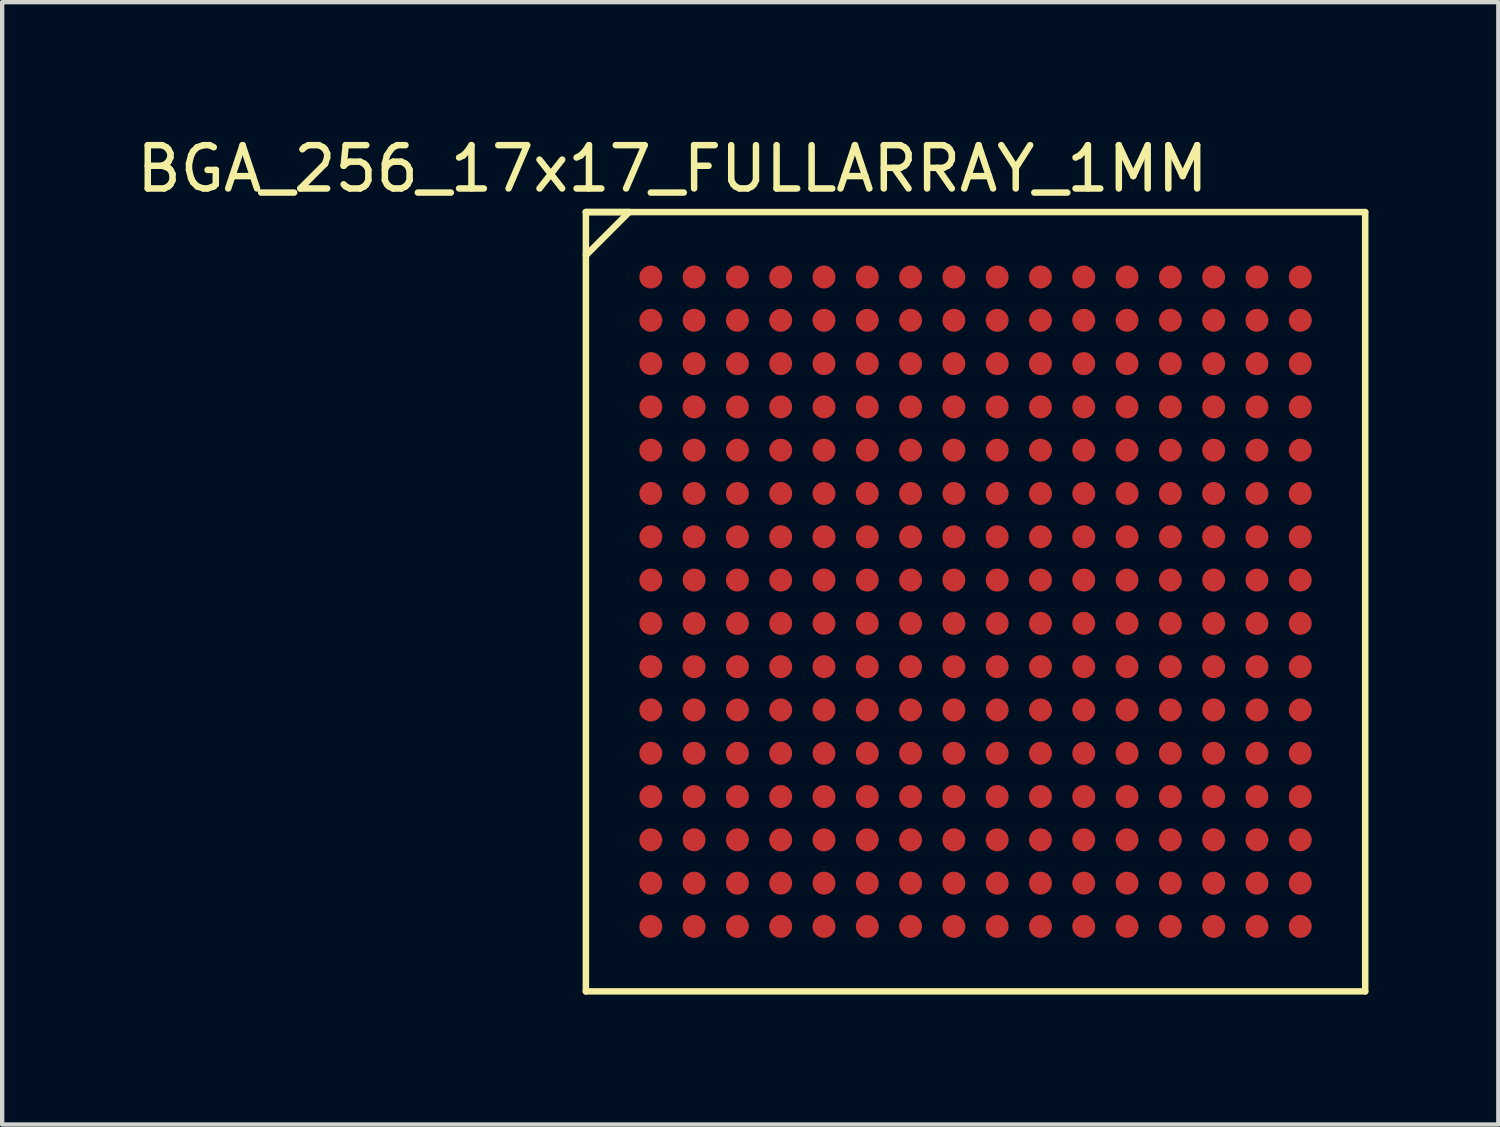
<source format=kicad_pcb>
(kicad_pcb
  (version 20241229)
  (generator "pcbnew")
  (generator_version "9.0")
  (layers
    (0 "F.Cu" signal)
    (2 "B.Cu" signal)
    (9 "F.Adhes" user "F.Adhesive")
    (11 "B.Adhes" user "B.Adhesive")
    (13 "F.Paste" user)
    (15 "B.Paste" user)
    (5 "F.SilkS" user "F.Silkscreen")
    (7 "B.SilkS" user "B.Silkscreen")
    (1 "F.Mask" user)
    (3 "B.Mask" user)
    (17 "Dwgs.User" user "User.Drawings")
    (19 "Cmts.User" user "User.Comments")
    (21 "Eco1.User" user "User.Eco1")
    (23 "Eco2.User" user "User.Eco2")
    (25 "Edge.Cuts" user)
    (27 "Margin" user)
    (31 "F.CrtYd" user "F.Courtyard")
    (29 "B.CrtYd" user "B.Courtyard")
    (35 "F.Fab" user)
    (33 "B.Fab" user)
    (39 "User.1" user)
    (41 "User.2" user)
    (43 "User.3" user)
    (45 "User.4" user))
  (footprint "BGA_256_17x17_FULLARRAY_1MM"
    (layer "F.Cu")
    (at 19.482 10.848)
    (property "Reference" "BGA_256_17x17_FULLARRAY_1MM" (at -7 -10 0) (layer "F.SilkS") (effects (font (size 1 1) (thickness 0.15))))
    (attr through_hole)
    (fp_line (start -9 -9) (end -9 9) (stroke (width 0.15) (type solid)) (layer "F.SilkS"))
    (fp_line (start -9 -9) (end -8 -9) (stroke (width 0.15) (type solid)) (layer "F.SilkS"))
    (fp_line (start -9 9) (end 9 9) (stroke (width 0.15) (type solid)) (layer "F.SilkS"))
    (fp_line (start -8 -9) (end -9 -8) (stroke (width 0.15) (type solid)) (layer "F.SilkS"))
    (fp_line (start 9 -9) (end -9 -9) (stroke (width 0.15) (type solid)) (layer "F.SilkS"))
    (fp_line (start 9 9) (end 9 -9) (stroke (width 0.15) (type solid)) (layer "F.SilkS"))
    (pad "A1" smd circle (at -7.5 -7.5) (size 0.53 0.53) (layers "F.Cu" "F.Mask" "F.Paste"))
    (pad "A2" smd circle (at -6.5 -7.5) (size 0.53 0.53) (layers "F.Cu" "F.Mask" "F.Paste"))
    (pad "A3" smd circle (at -5.5 -7.5) (size 0.53 0.53) (layers "F.Cu" "F.Mask" "F.Paste"))
    (pad "A4" smd circle (at -4.5 -7.5) (size 0.53 0.53) (layers "F.Cu" "F.Mask" "F.Paste"))
    (pad "A5" smd circle (at -3.5 -7.5) (size 0.53 0.53) (layers "F.Cu" "F.Mask" "F.Paste"))
    (pad "A6" smd circle (at -2.5 -7.5) (size 0.53 0.53) (layers "F.Cu" "F.Mask" "F.Paste"))
    (pad "A7" smd circle (at -1.5 -7.5) (size 0.53 0.53) (layers "F.Cu" "F.Mask" "F.Paste"))
    (pad "A8" smd circle (at -0.5 -7.5) (size 0.53 0.53) (layers "F.Cu" "F.Mask" "F.Paste"))
    (pad "A9" smd circle (at 0.5 -7.5) (size 0.53 0.53) (layers "F.Cu" "F.Mask" "F.Paste"))
    (pad "A10" smd circle (at 1.5 -7.5) (size 0.53 0.53) (layers "F.Cu" "F.Mask" "F.Paste"))
    (pad "A11" smd circle (at 2.5 -7.5) (size 0.53 0.53) (layers "F.Cu" "F.Mask" "F.Paste"))
    (pad "A12" smd circle (at 3.5 -7.5) (size 0.53 0.53) (layers "F.Cu" "F.Mask" "F.Paste"))
    (pad "A13" smd circle (at 4.5 -7.5) (size 0.53 0.53) (layers "F.Cu" "F.Mask" "F.Paste"))
    (pad "A14" smd circle (at 5.5 -7.5) (size 0.53 0.53) (layers "F.Cu" "F.Mask" "F.Paste"))
    (pad "A15" smd circle (at 6.5 -7.5) (size 0.53 0.53) (layers "F.Cu" "F.Mask" "F.Paste"))
    (pad "A16" smd circle (at 7.5 -7.5) (size 0.53 0.53) (layers "F.Cu" "F.Mask" "F.Paste"))
    (pad "B1" smd circle (at -7.5 -6.5) (size 0.53 0.53) (layers "F.Cu" "F.Mask" "F.Paste"))
    (pad "B2" smd circle (at -6.5 -6.5) (size 0.53 0.53) (layers "F.Cu" "F.Mask" "F.Paste"))
    (pad "B3" smd circle (at -5.5 -6.5) (size 0.53 0.53) (layers "F.Cu" "F.Mask" "F.Paste"))
    (pad "B4" smd circle (at -4.5 -6.5) (size 0.53 0.53) (layers "F.Cu" "F.Mask" "F.Paste"))
    (pad "B5" smd circle (at -3.5 -6.5) (size 0.53 0.53) (layers "F.Cu" "F.Mask" "F.Paste"))
    (pad "B6" smd circle (at -2.5 -6.5) (size 0.53 0.53) (layers "F.Cu" "F.Mask" "F.Paste"))
    (pad "B7" smd circle (at -1.5 -6.5) (size 0.53 0.53) (layers "F.Cu" "F.Mask" "F.Paste"))
    (pad "B8" smd circle (at -0.5 -6.5) (size 0.53 0.53) (layers "F.Cu" "F.Mask" "F.Paste"))
    (pad "B9" smd circle (at 0.5 -6.5) (size 0.53 0.53) (layers "F.Cu" "F.Mask" "F.Paste"))
    (pad "B10" smd circle (at 1.5 -6.5) (size 0.53 0.53) (layers "F.Cu" "F.Mask" "F.Paste"))
    (pad "B11" smd circle (at 2.5 -6.5) (size 0.53 0.53) (layers "F.Cu" "F.Mask" "F.Paste"))
    (pad "B12" smd circle (at 3.5 -6.5) (size 0.53 0.53) (layers "F.Cu" "F.Mask" "F.Paste"))
    (pad "B13" smd circle (at 4.5 -6.5) (size 0.53 0.53) (layers "F.Cu" "F.Mask" "F.Paste"))
    (pad "B14" smd circle (at 5.5 -6.5) (size 0.53 0.53) (layers "F.Cu" "F.Mask" "F.Paste"))
    (pad "B15" smd circle (at 6.5 -6.5) (size 0.53 0.53) (layers "F.Cu" "F.Mask" "F.Paste"))
    (pad "B16" smd circle (at 7.5 -6.5) (size 0.53 0.53) (layers "F.Cu" "F.Mask" "F.Paste"))
    (pad "C1" smd circle (at -7.5 -5.5) (size 0.53 0.53) (layers "F.Cu" "F.Mask" "F.Paste"))
    (pad "C2" smd circle (at -6.5 -5.5) (size 0.53 0.53) (layers "F.Cu" "F.Mask" "F.Paste"))
    (pad "C3" smd circle (at -5.5 -5.5) (size 0.53 0.53) (layers "F.Cu" "F.Mask" "F.Paste"))
    (pad "C4" smd circle (at -4.5 -5.5) (size 0.53 0.53) (layers "F.Cu" "F.Mask" "F.Paste"))
    (pad "C5" smd circle (at -3.5 -5.5) (size 0.53 0.53) (layers "F.Cu" "F.Mask" "F.Paste"))
    (pad "C6" smd circle (at -2.5 -5.5) (size 0.53 0.53) (layers "F.Cu" "F.Mask" "F.Paste"))
    (pad "C7" smd circle (at -1.5 -5.5) (size 0.53 0.53) (layers "F.Cu" "F.Mask" "F.Paste"))
    (pad "C8" smd circle (at -0.5 -5.5) (size 0.53 0.53) (layers "F.Cu" "F.Mask" "F.Paste"))
    (pad "C9" smd circle (at 0.5 -5.5) (size 0.53 0.53) (layers "F.Cu" "F.Mask" "F.Paste"))
    (pad "C10" smd circle (at 1.5 -5.5) (size 0.53 0.53) (layers "F.Cu" "F.Mask" "F.Paste"))
    (pad "C11" smd circle (at 2.5 -5.5) (size 0.53 0.53) (layers "F.Cu" "F.Mask" "F.Paste"))
    (pad "C12" smd circle (at 3.5 -5.5) (size 0.53 0.53) (layers "F.Cu" "F.Mask" "F.Paste"))
    (pad "C13" smd circle (at 4.5 -5.5) (size 0.53 0.53) (layers "F.Cu" "F.Mask" "F.Paste"))
    (pad "C14" smd circle (at 5.5 -5.5) (size 0.53 0.53) (layers "F.Cu" "F.Mask" "F.Paste"))
    (pad "C15" smd circle (at 6.5 -5.5) (size 0.53 0.53) (layers "F.Cu" "F.Mask" "F.Paste"))
    (pad "C16" smd circle (at 7.5 -5.5) (size 0.53 0.53) (layers "F.Cu" "F.Mask" "F.Paste"))
    (pad "D1" smd circle (at -7.5 -4.5) (size 0.53 0.53) (layers "F.Cu" "F.Mask" "F.Paste"))
    (pad "D2" smd circle (at -6.5 -4.5) (size 0.53 0.53) (layers "F.Cu" "F.Mask" "F.Paste"))
    (pad "D3" smd circle (at -5.5 -4.5) (size 0.53 0.53) (layers "F.Cu" "F.Mask" "F.Paste"))
    (pad "D4" smd circle (at -4.5 -4.5) (size 0.53 0.53) (layers "F.Cu" "F.Mask" "F.Paste"))
    (pad "D5" smd circle (at -3.5 -4.5) (size 0.53 0.53) (layers "F.Cu" "F.Mask" "F.Paste"))
    (pad "D6" smd circle (at -2.5 -4.5) (size 0.53 0.53) (layers "F.Cu" "F.Mask" "F.Paste"))
    (pad "D7" smd circle (at -1.5 -4.5) (size 0.53 0.53) (layers "F.Cu" "F.Mask" "F.Paste"))
    (pad "D8" smd circle (at -0.5 -4.5) (size 0.53 0.53) (layers "F.Cu" "F.Mask" "F.Paste"))
    (pad "D9" smd circle (at 0.5 -4.5) (size 0.53 0.53) (layers "F.Cu" "F.Mask" "F.Paste"))
    (pad "D10" smd circle (at 1.5 -4.5) (size 0.53 0.53) (layers "F.Cu" "F.Mask" "F.Paste"))
    (pad "D11" smd circle (at 2.5 -4.5) (size 0.53 0.53) (layers "F.Cu" "F.Mask" "F.Paste"))
    (pad "D12" smd circle (at 3.5 -4.5) (size 0.53 0.53) (layers "F.Cu" "F.Mask" "F.Paste"))
    (pad "D13" smd circle (at 4.5 -4.5) (size 0.53 0.53) (layers "F.Cu" "F.Mask" "F.Paste"))
    (pad "D14" smd circle (at 5.5 -4.5) (size 0.53 0.53) (layers "F.Cu" "F.Mask" "F.Paste"))
    (pad "D15" smd circle (at 6.5 -4.5) (size 0.53 0.53) (layers "F.Cu" "F.Mask" "F.Paste"))
    (pad "D16" smd circle (at 7.5 -4.5) (size 0.53 0.53) (layers "F.Cu" "F.Mask" "F.Paste"))
    (pad "E1" smd circle (at -7.5 -3.5) (size 0.53 0.53) (layers "F.Cu" "F.Mask" "F.Paste"))
    (pad "E2" smd circle (at -6.5 -3.5) (size 0.53 0.53) (layers "F.Cu" "F.Mask" "F.Paste"))
    (pad "E3" smd circle (at -5.5 -3.5) (size 0.53 0.53) (layers "F.Cu" "F.Mask" "F.Paste"))
    (pad "E4" smd circle (at -4.5 -3.5) (size 0.53 0.53) (layers "F.Cu" "F.Mask" "F.Paste"))
    (pad "E5" smd circle (at -3.5 -3.5) (size 0.53 0.53) (layers "F.Cu" "F.Mask" "F.Paste"))
    (pad "E6" smd circle (at -2.5 -3.5) (size 0.53 0.53) (layers "F.Cu" "F.Mask" "F.Paste"))
    (pad "E7" smd circle (at -1.5 -3.5) (size 0.53 0.53) (layers "F.Cu" "F.Mask" "F.Paste"))
    (pad "E8" smd circle (at -0.5 -3.5) (size 0.53 0.53) (layers "F.Cu" "F.Mask" "F.Paste"))
    (pad "E9" smd circle (at 0.5 -3.5) (size 0.53 0.53) (layers "F.Cu" "F.Mask" "F.Paste"))
    (pad "E10" smd circle (at 1.5 -3.5) (size 0.53 0.53) (layers "F.Cu" "F.Mask" "F.Paste"))
    (pad "E11" smd circle (at 2.5 -3.5) (size 0.53 0.53) (layers "F.Cu" "F.Mask" "F.Paste"))
    (pad "E12" smd circle (at 3.5 -3.5) (size 0.53 0.53) (layers "F.Cu" "F.Mask" "F.Paste"))
    (pad "E13" smd circle (at 4.5 -3.5) (size 0.53 0.53) (layers "F.Cu" "F.Mask" "F.Paste"))
    (pad "E14" smd circle (at 5.5 -3.5) (size 0.53 0.53) (layers "F.Cu" "F.Mask" "F.Paste"))
    (pad "E15" smd circle (at 6.5 -3.5) (size 0.53 0.53) (layers "F.Cu" "F.Mask" "F.Paste"))
    (pad "E16" smd circle (at 7.5 -3.5) (size 0.53 0.53) (layers "F.Cu" "F.Mask" "F.Paste"))
    (pad "F1" smd circle (at -7.5 -2.5) (size 0.53 0.53) (layers "F.Cu" "F.Mask" "F.Paste"))
    (pad "F2" smd circle (at -6.5 -2.5) (size 0.53 0.53) (layers "F.Cu" "F.Mask" "F.Paste"))
    (pad "F3" smd circle (at -5.5 -2.5) (size 0.53 0.53) (layers "F.Cu" "F.Mask" "F.Paste"))
    (pad "F4" smd circle (at -4.5 -2.5) (size 0.53 0.53) (layers "F.Cu" "F.Mask" "F.Paste"))
    (pad "F5" smd circle (at -3.5 -2.5) (size 0.53 0.53) (layers "F.Cu" "F.Mask" "F.Paste"))
    (pad "F6" smd circle (at -2.5 -2.5) (size 0.53 0.53) (layers "F.Cu" "F.Mask" "F.Paste"))
    (pad "F7" smd circle (at -1.5 -2.5) (size 0.53 0.53) (layers "F.Cu" "F.Mask" "F.Paste"))
    (pad "F8" smd circle (at -0.5 -2.5) (size 0.53 0.53) (layers "F.Cu" "F.Mask" "F.Paste"))
    (pad "F9" smd circle (at 0.5 -2.5) (size 0.53 0.53) (layers "F.Cu" "F.Mask" "F.Paste"))
    (pad "F10" smd circle (at 1.5 -2.5) (size 0.53 0.53) (layers "F.Cu" "F.Mask" "F.Paste"))
    (pad "F11" smd circle (at 2.5 -2.5) (size 0.53 0.53) (layers "F.Cu" "F.Mask" "F.Paste"))
    (pad "F12" smd circle (at 3.5 -2.5) (size 0.53 0.53) (layers "F.Cu" "F.Mask" "F.Paste"))
    (pad "F13" smd circle (at 4.5 -2.5) (size 0.53 0.53) (layers "F.Cu" "F.Mask" "F.Paste"))
    (pad "F14" smd circle (at 5.5 -2.5) (size 0.53 0.53) (layers "F.Cu" "F.Mask" "F.Paste"))
    (pad "F15" smd circle (at 6.5 -2.5) (size 0.53 0.53) (layers "F.Cu" "F.Mask" "F.Paste"))
    (pad "F16" smd circle (at 7.5 -2.5) (size 0.53 0.53) (layers "F.Cu" "F.Mask" "F.Paste"))
    (pad "G1" smd circle (at -7.5 -1.5) (size 0.53 0.53) (layers "F.Cu" "F.Mask" "F.Paste"))
    (pad "G2" smd circle (at -6.5 -1.5) (size 0.53 0.53) (layers "F.Cu" "F.Mask" "F.Paste"))
    (pad "G3" smd circle (at -5.5 -1.5) (size 0.53 0.53) (layers "F.Cu" "F.Mask" "F.Paste"))
    (pad "G4" smd circle (at -4.5 -1.5) (size 0.53 0.53) (layers "F.Cu" "F.Mask" "F.Paste"))
    (pad "G5" smd circle (at -3.5 -1.5) (size 0.53 0.53) (layers "F.Cu" "F.Mask" "F.Paste"))
    (pad "G6" smd circle (at -2.5 -1.5) (size 0.53 0.53) (layers "F.Cu" "F.Mask" "F.Paste"))
    (pad "G7" smd circle (at -1.5 -1.5) (size 0.53 0.53) (layers "F.Cu" "F.Mask" "F.Paste"))
    (pad "G8" smd circle (at -0.5 -1.5) (size 0.53 0.53) (layers "F.Cu" "F.Mask" "F.Paste"))
    (pad "G9" smd circle (at 0.5 -1.5) (size 0.53 0.53) (layers "F.Cu" "F.Mask" "F.Paste"))
    (pad "G10" smd circle (at 1.5 -1.5) (size 0.53 0.53) (layers "F.Cu" "F.Mask" "F.Paste"))
    (pad "G11" smd circle (at 2.5 -1.5) (size 0.53 0.53) (layers "F.Cu" "F.Mask" "F.Paste"))
    (pad "G12" smd circle (at 3.5 -1.5) (size 0.53 0.53) (layers "F.Cu" "F.Mask" "F.Paste"))
    (pad "G13" smd circle (at 4.5 -1.5) (size 0.53 0.53) (layers "F.Cu" "F.Mask" "F.Paste"))
    (pad "G14" smd circle (at 5.5 -1.5) (size 0.53 0.53) (layers "F.Cu" "F.Mask" "F.Paste"))
    (pad "G15" smd circle (at 6.5 -1.5) (size 0.53 0.53) (layers "F.Cu" "F.Mask" "F.Paste"))
    (pad "G16" smd circle (at 7.5 -1.5) (size 0.53 0.53) (layers "F.Cu" "F.Mask" "F.Paste"))
    (pad "H1" smd circle (at -7.5 -0.5) (size 0.53 0.53) (layers "F.Cu" "F.Mask" "F.Paste"))
    (pad "H2" smd circle (at -6.5 -0.5) (size 0.53 0.53) (layers "F.Cu" "F.Mask" "F.Paste"))
    (pad "H3" smd circle (at -5.5 -0.5) (size 0.53 0.53) (layers "F.Cu" "F.Mask" "F.Paste"))
    (pad "H4" smd circle (at -4.5 -0.5) (size 0.53 0.53) (layers "F.Cu" "F.Mask" "F.Paste"))
    (pad "H5" smd circle (at -3.5 -0.5) (size 0.53 0.53) (layers "F.Cu" "F.Mask" "F.Paste"))
    (pad "H6" smd circle (at -2.5 -0.5) (size 0.53 0.53) (layers "F.Cu" "F.Mask" "F.Paste"))
    (pad "H7" smd circle (at -1.5 -0.5) (size 0.53 0.53) (layers "F.Cu" "F.Mask" "F.Paste"))
    (pad "H8" smd circle (at -0.5 -0.5) (size 0.53 0.53) (layers "F.Cu" "F.Mask" "F.Paste"))
    (pad "H9" smd circle (at 0.5 -0.5) (size 0.53 0.53) (layers "F.Cu" "F.Mask" "F.Paste"))
    (pad "H10" smd circle (at 1.5 -0.5) (size 0.53 0.53) (layers "F.Cu" "F.Mask" "F.Paste"))
    (pad "H11" smd circle (at 2.5 -0.5) (size 0.53 0.53) (layers "F.Cu" "F.Mask" "F.Paste"))
    (pad "H12" smd circle (at 3.5 -0.5) (size 0.53 0.53) (layers "F.Cu" "F.Mask" "F.Paste"))
    (pad "H13" smd circle (at 4.5 -0.5) (size 0.53 0.53) (layers "F.Cu" "F.Mask" "F.Paste"))
    (pad "H14" smd circle (at 5.5 -0.5) (size 0.53 0.53) (layers "F.Cu" "F.Mask" "F.Paste"))
    (pad "H15" smd circle (at 6.5 -0.5) (size 0.53 0.53) (layers "F.Cu" "F.Mask" "F.Paste"))
    (pad "H16" smd circle (at 7.5 -0.5) (size 0.53 0.53) (layers "F.Cu" "F.Mask" "F.Paste"))
    (pad "J1" smd circle (at -7.5 0.5) (size 0.53 0.53) (layers "F.Cu" "F.Mask" "F.Paste"))
    (pad "J2" smd circle (at -6.5 0.5) (size 0.53 0.53) (layers "F.Cu" "F.Mask" "F.Paste"))
    (pad "J3" smd circle (at -5.5 0.5) (size 0.53 0.53) (layers "F.Cu" "F.Mask" "F.Paste"))
    (pad "J4" smd circle (at -4.5 0.5) (size 0.53 0.53) (layers "F.Cu" "F.Mask" "F.Paste"))
    (pad "J5" smd circle (at -3.5 0.5) (size 0.53 0.53) (layers "F.Cu" "F.Mask" "F.Paste"))
    (pad "J6" smd circle (at -2.5 0.5) (size 0.53 0.53) (layers "F.Cu" "F.Mask" "F.Paste"))
    (pad "J7" smd circle (at -1.5 0.5) (size 0.53 0.53) (layers "F.Cu" "F.Mask" "F.Paste"))
    (pad "J8" smd circle (at -0.5 0.5) (size 0.53 0.53) (layers "F.Cu" "F.Mask" "F.Paste"))
    (pad "J9" smd circle (at 0.5 0.5) (size 0.53 0.53) (layers "F.Cu" "F.Mask" "F.Paste"))
    (pad "J10" smd circle (at 1.5 0.5) (size 0.53 0.53) (layers "F.Cu" "F.Mask" "F.Paste"))
    (pad "J11" smd circle (at 2.5 0.5) (size 0.53 0.53) (layers "F.Cu" "F.Mask" "F.Paste"))
    (pad "J12" smd circle (at 3.5 0.5) (size 0.53 0.53) (layers "F.Cu" "F.Mask" "F.Paste"))
    (pad "J13" smd circle (at 4.5 0.5) (size 0.53 0.53) (layers "F.Cu" "F.Mask" "F.Paste"))
    (pad "J14" smd circle (at 5.5 0.5) (size 0.53 0.53) (layers "F.Cu" "F.Mask" "F.Paste"))
    (pad "J15" smd circle (at 6.5 0.5) (size 0.53 0.53) (layers "F.Cu" "F.Mask" "F.Paste"))
    (pad "J16" smd circle (at 7.5 0.5) (size 0.53 0.53) (layers "F.Cu" "F.Mask" "F.Paste"))
    (pad "K1" smd circle (at -7.5 1.5) (size 0.53 0.53) (layers "F.Cu" "F.Mask" "F.Paste"))
    (pad "K2" smd circle (at -6.5 1.5) (size 0.53 0.53) (layers "F.Cu" "F.Mask" "F.Paste"))
    (pad "K3" smd circle (at -5.5 1.5) (size 0.53 0.53) (layers "F.Cu" "F.Mask" "F.Paste"))
    (pad "K4" smd circle (at -4.5 1.5) (size 0.53 0.53) (layers "F.Cu" "F.Mask" "F.Paste"))
    (pad "K5" smd circle (at -3.5 1.5) (size 0.53 0.53) (layers "F.Cu" "F.Mask" "F.Paste"))
    (pad "K6" smd circle (at -2.5 1.5) (size 0.53 0.53) (layers "F.Cu" "F.Mask" "F.Paste"))
    (pad "K7" smd circle (at -1.5 1.5) (size 0.53 0.53) (layers "F.Cu" "F.Mask" "F.Paste"))
    (pad "K8" smd circle (at -0.5 1.5) (size 0.53 0.53) (layers "F.Cu" "F.Mask" "F.Paste"))
    (pad "K9" smd circle (at 0.5 1.5) (size 0.53 0.53) (layers "F.Cu" "F.Mask" "F.Paste"))
    (pad "K10" smd circle (at 1.5 1.5) (size 0.53 0.53) (layers "F.Cu" "F.Mask" "F.Paste"))
    (pad "K11" smd circle (at 2.5 1.5) (size 0.53 0.53) (layers "F.Cu" "F.Mask" "F.Paste"))
    (pad "K12" smd circle (at 3.5 1.5) (size 0.53 0.53) (layers "F.Cu" "F.Mask" "F.Paste"))
    (pad "K13" smd circle (at 4.5 1.5) (size 0.53 0.53) (layers "F.Cu" "F.Mask" "F.Paste"))
    (pad "K14" smd circle (at 5.5 1.5) (size 0.53 0.53) (layers "F.Cu" "F.Mask" "F.Paste"))
    (pad "K15" smd circle (at 6.5 1.5) (size 0.53 0.53) (layers "F.Cu" "F.Mask" "F.Paste"))
    (pad "K16" smd circle (at 7.5 1.5) (size 0.53 0.53) (layers "F.Cu" "F.Mask" "F.Paste"))
    (pad "L1" smd circle (at -7.5 2.5) (size 0.53 0.53) (layers "F.Cu" "F.Mask" "F.Paste"))
    (pad "L2" smd circle (at -6.5 2.5) (size 0.53 0.53) (layers "F.Cu" "F.Mask" "F.Paste"))
    (pad "L3" smd circle (at -5.5 2.5) (size 0.53 0.53) (layers "F.Cu" "F.Mask" "F.Paste"))
    (pad "L4" smd circle (at -4.5 2.5) (size 0.53 0.53) (layers "F.Cu" "F.Mask" "F.Paste"))
    (pad "L5" smd circle (at -3.5 2.5) (size 0.53 0.53) (layers "F.Cu" "F.Mask" "F.Paste"))
    (pad "L6" smd circle (at -2.5 2.5) (size 0.53 0.53) (layers "F.Cu" "F.Mask" "F.Paste"))
    (pad "L7" smd circle (at -1.5 2.5) (size 0.53 0.53) (layers "F.Cu" "F.Mask" "F.Paste"))
    (pad "L8" smd circle (at -0.5 2.5) (size 0.53 0.53) (layers "F.Cu" "F.Mask" "F.Paste"))
    (pad "L9" smd circle (at 0.5 2.5) (size 0.53 0.53) (layers "F.Cu" "F.Mask" "F.Paste"))
    (pad "L10" smd circle (at 1.5 2.5) (size 0.53 0.53) (layers "F.Cu" "F.Mask" "F.Paste"))
    (pad "L11" smd circle (at 2.5 2.5) (size 0.53 0.53) (layers "F.Cu" "F.Mask" "F.Paste"))
    (pad "L12" smd circle (at 3.5 2.5) (size 0.53 0.53) (layers "F.Cu" "F.Mask" "F.Paste"))
    (pad "L13" smd circle (at 4.5 2.5) (size 0.53 0.53) (layers "F.Cu" "F.Mask" "F.Paste"))
    (pad "L14" smd circle (at 5.5 2.5) (size 0.53 0.53) (layers "F.Cu" "F.Mask" "F.Paste"))
    (pad "L15" smd circle (at 6.5 2.5) (size 0.53 0.53) (layers "F.Cu" "F.Mask" "F.Paste"))
    (pad "L16" smd circle (at 7.5 2.5) (size 0.53 0.53) (layers "F.Cu" "F.Mask" "F.Paste"))
    (pad "M1" smd circle (at -7.5 3.5) (size 0.53 0.53) (layers "F.Cu" "F.Mask" "F.Paste"))
    (pad "M2" smd circle (at -6.5 3.5) (size 0.53 0.53) (layers "F.Cu" "F.Mask" "F.Paste"))
    (pad "M3" smd circle (at -5.5 3.5) (size 0.53 0.53) (layers "F.Cu" "F.Mask" "F.Paste"))
    (pad "M4" smd circle (at -4.5 3.5) (size 0.53 0.53) (layers "F.Cu" "F.Mask" "F.Paste"))
    (pad "M5" smd circle (at -3.5 3.5) (size 0.53 0.53) (layers "F.Cu" "F.Mask" "F.Paste"))
    (pad "M6" smd circle (at -2.5 3.5) (size 0.53 0.53) (layers "F.Cu" "F.Mask" "F.Paste"))
    (pad "M7" smd circle (at -1.5 3.5) (size 0.53 0.53) (layers "F.Cu" "F.Mask" "F.Paste"))
    (pad "M8" smd circle (at -0.5 3.5) (size 0.53 0.53) (layers "F.Cu" "F.Mask" "F.Paste"))
    (pad "M9" smd circle (at 0.5 3.5) (size 0.53 0.53) (layers "F.Cu" "F.Mask" "F.Paste"))
    (pad "M10" smd circle (at 1.5 3.5) (size 0.53 0.53) (layers "F.Cu" "F.Mask" "F.Paste"))
    (pad "M11" smd circle (at 2.5 3.5) (size 0.53 0.53) (layers "F.Cu" "F.Mask" "F.Paste"))
    (pad "M12" smd circle (at 3.5 3.5) (size 0.53 0.53) (layers "F.Cu" "F.Mask" "F.Paste"))
    (pad "M13" smd circle (at 4.5 3.5) (size 0.53 0.53) (layers "F.Cu" "F.Mask" "F.Paste"))
    (pad "M14" smd circle (at 5.5 3.5) (size 0.53 0.53) (layers "F.Cu" "F.Mask" "F.Paste"))
    (pad "M15" smd circle (at 6.5 3.5) (size 0.53 0.53) (layers "F.Cu" "F.Mask" "F.Paste"))
    (pad "M16" smd circle (at 7.5 3.5) (size 0.53 0.53) (layers "F.Cu" "F.Mask" "F.Paste"))
    (pad "N1" smd circle (at -7.5 4.5) (size 0.53 0.53) (layers "F.Cu" "F.Mask" "F.Paste"))
    (pad "N2" smd circle (at -6.5 4.5) (size 0.53 0.53) (layers "F.Cu" "F.Mask" "F.Paste"))
    (pad "N3" smd circle (at -5.5 4.5) (size 0.53 0.53) (layers "F.Cu" "F.Mask" "F.Paste"))
    (pad "N4" smd circle (at -4.5 4.5) (size 0.53 0.53) (layers "F.Cu" "F.Mask" "F.Paste"))
    (pad "N5" smd circle (at -3.5 4.5) (size 0.53 0.53) (layers "F.Cu" "F.Mask" "F.Paste"))
    (pad "N6" smd circle (at -2.5 4.5) (size 0.53 0.53) (layers "F.Cu" "F.Mask" "F.Paste"))
    (pad "N7" smd circle (at -1.5 4.5) (size 0.53 0.53) (layers "F.Cu" "F.Mask" "F.Paste"))
    (pad "N8" smd circle (at -0.5 4.5) (size 0.53 0.53) (layers "F.Cu" "F.Mask" "F.Paste"))
    (pad "N9" smd circle (at 0.5 4.5) (size 0.53 0.53) (layers "F.Cu" "F.Mask" "F.Paste"))
    (pad "N10" smd circle (at 1.5 4.5) (size 0.53 0.53) (layers "F.Cu" "F.Mask" "F.Paste"))
    (pad "N11" smd circle (at 2.5 4.5) (size 0.53 0.53) (layers "F.Cu" "F.Mask" "F.Paste"))
    (pad "N12" smd circle (at 3.5 4.5) (size 0.53 0.53) (layers "F.Cu" "F.Mask" "F.Paste"))
    (pad "N13" smd circle (at 4.5 4.5) (size 0.53 0.53) (layers "F.Cu" "F.Mask" "F.Paste"))
    (pad "N14" smd circle (at 5.5 4.5) (size 0.53 0.53) (layers "F.Cu" "F.Mask" "F.Paste"))
    (pad "N15" smd circle (at 6.5 4.5) (size 0.53 0.53) (layers "F.Cu" "F.Mask" "F.Paste"))
    (pad "N16" smd circle (at 7.5 4.5) (size 0.53 0.53) (layers "F.Cu" "F.Mask" "F.Paste"))
    (pad "P1" smd circle (at -7.5 5.5) (size 0.53 0.53) (layers "F.Cu" "F.Mask" "F.Paste"))
    (pad "P2" smd circle (at -6.5 5.5) (size 0.53 0.53) (layers "F.Cu" "F.Mask" "F.Paste"))
    (pad "P3" smd circle (at -5.5 5.5) (size 0.53 0.53) (layers "F.Cu" "F.Mask" "F.Paste"))
    (pad "P4" smd circle (at -4.5 5.5) (size 0.53 0.53) (layers "F.Cu" "F.Mask" "F.Paste"))
    (pad "P5" smd circle (at -3.5 5.5) (size 0.53 0.53) (layers "F.Cu" "F.Mask" "F.Paste"))
    (pad "P6" smd circle (at -2.5 5.5) (size 0.53 0.53) (layers "F.Cu" "F.Mask" "F.Paste"))
    (pad "P7" smd circle (at -1.5 5.5) (size 0.53 0.53) (layers "F.Cu" "F.Mask" "F.Paste"))
    (pad "P8" smd circle (at -0.5 5.5) (size 0.53 0.53) (layers "F.Cu" "F.Mask" "F.Paste"))
    (pad "P9" smd circle (at 0.5 5.5) (size 0.53 0.53) (layers "F.Cu" "F.Mask" "F.Paste"))
    (pad "P10" smd circle (at 1.5 5.5) (size 0.53 0.53) (layers "F.Cu" "F.Mask" "F.Paste"))
    (pad "P11" smd circle (at 2.5 5.5) (size 0.53 0.53) (layers "F.Cu" "F.Mask" "F.Paste"))
    (pad "P12" smd circle (at 3.5 5.5) (size 0.53 0.53) (layers "F.Cu" "F.Mask" "F.Paste"))
    (pad "P13" smd circle (at 4.5 5.5) (size 0.53 0.53) (layers "F.Cu" "F.Mask" "F.Paste"))
    (pad "P14" smd circle (at 5.5 5.5) (size 0.53 0.53) (layers "F.Cu" "F.Mask" "F.Paste"))
    (pad "P15" smd circle (at 6.5 5.5) (size 0.53 0.53) (layers "F.Cu" "F.Mask" "F.Paste"))
    (pad "P16" smd circle (at 7.5 5.5) (size 0.53 0.53) (layers "F.Cu" "F.Mask" "F.Paste"))
    (pad "R1" smd circle (at -7.5 6.5) (size 0.53 0.53) (layers "F.Cu" "F.Mask" "F.Paste"))
    (pad "R2" smd circle (at -6.5 6.5) (size 0.53 0.53) (layers "F.Cu" "F.Mask" "F.Paste"))
    (pad "R3" smd circle (at -5.5 6.5) (size 0.53 0.53) (layers "F.Cu" "F.Mask" "F.Paste"))
    (pad "R4" smd circle (at -4.5 6.5) (size 0.53 0.53) (layers "F.Cu" "F.Mask" "F.Paste"))
    (pad "R5" smd circle (at -3.5 6.5) (size 0.53 0.53) (layers "F.Cu" "F.Mask" "F.Paste"))
    (pad "R6" smd circle (at -2.5 6.5) (size 0.53 0.53) (layers "F.Cu" "F.Mask" "F.Paste"))
    (pad "R7" smd circle (at -1.5 6.5) (size 0.53 0.53) (layers "F.Cu" "F.Mask" "F.Paste"))
    (pad "R8" smd circle (at -0.5 6.5) (size 0.53 0.53) (layers "F.Cu" "F.Mask" "F.Paste"))
    (pad "R9" smd circle (at 0.5 6.5) (size 0.53 0.53) (layers "F.Cu" "F.Mask" "F.Paste"))
    (pad "R10" smd circle (at 1.5 6.5) (size 0.53 0.53) (layers "F.Cu" "F.Mask" "F.Paste"))
    (pad "R11" smd circle (at 2.5 6.5) (size 0.53 0.53) (layers "F.Cu" "F.Mask" "F.Paste"))
    (pad "R12" smd circle (at 3.5 6.5) (size 0.53 0.53) (layers "F.Cu" "F.Mask" "F.Paste"))
    (pad "R13" smd circle (at 4.5 6.5) (size 0.53 0.53) (layers "F.Cu" "F.Mask" "F.Paste"))
    (pad "R14" smd circle (at 5.5 6.5) (size 0.53 0.53) (layers "F.Cu" "F.Mask" "F.Paste"))
    (pad "R15" smd circle (at 6.5 6.5) (size 0.53 0.53) (layers "F.Cu" "F.Mask" "F.Paste"))
    (pad "R16" smd circle (at 7.5 6.5) (size 0.53 0.53) (layers "F.Cu" "F.Mask" "F.Paste"))
    (pad "T1" smd circle (at -7.5 7.5) (size 0.53 0.53) (layers "F.Cu" "F.Mask" "F.Paste"))
    (pad "T2" smd circle (at -6.5 7.5) (size 0.53 0.53) (layers "F.Cu" "F.Mask" "F.Paste"))
    (pad "T3" smd circle (at -5.5 7.5) (size 0.53 0.53) (layers "F.Cu" "F.Mask" "F.Paste"))
    (pad "T4" smd circle (at -4.5 7.5) (size 0.53 0.53) (layers "F.Cu" "F.Mask" "F.Paste"))
    (pad "T5" smd circle (at -3.5 7.5) (size 0.53 0.53) (layers "F.Cu" "F.Mask" "F.Paste"))
    (pad "T6" smd circle (at -2.5 7.5) (size 0.53 0.53) (layers "F.Cu" "F.Mask" "F.Paste"))
    (pad "T7" smd circle (at -1.5 7.5) (size 0.53 0.53) (layers "F.Cu" "F.Mask" "F.Paste"))
    (pad "T8" smd circle (at -0.5 7.5) (size 0.53 0.53) (layers "F.Cu" "F.Mask" "F.Paste"))
    (pad "T9" smd circle (at 0.5 7.5) (size 0.53 0.53) (layers "F.Cu" "F.Mask" "F.Paste"))
    (pad "T10" smd circle (at 1.5 7.5) (size 0.53 0.53) (layers "F.Cu" "F.Mask" "F.Paste"))
    (pad "T11" smd circle (at 2.5 7.5) (size 0.53 0.53) (layers "F.Cu" "F.Mask" "F.Paste"))
    (pad "T12" smd circle (at 3.5 7.5) (size 0.53 0.53) (layers "F.Cu" "F.Mask" "F.Paste"))
    (pad "T13" smd circle (at 4.5 7.5) (size 0.53 0.53) (layers "F.Cu" "F.Mask" "F.Paste"))
    (pad "T14" smd circle (at 5.5 7.5) (size 0.53 0.53) (layers "F.Cu" "F.Mask" "F.Paste"))
    (pad "T15" smd circle (at 6.5 7.5) (size 0.53 0.53) (layers "F.Cu" "F.Mask" "F.Paste"))
    (pad "T16" smd circle (at 7.5 7.5) (size 0.53 0.53) (layers "F.Cu" "F.Mask" "F.Paste")))
  (gr_rect
    (start -3 -3)
    (end 31.557 22.923)
    (stroke (width 0.1) (type default))
    (fill no)
    (layer "Edge.Cuts")))
</source>
